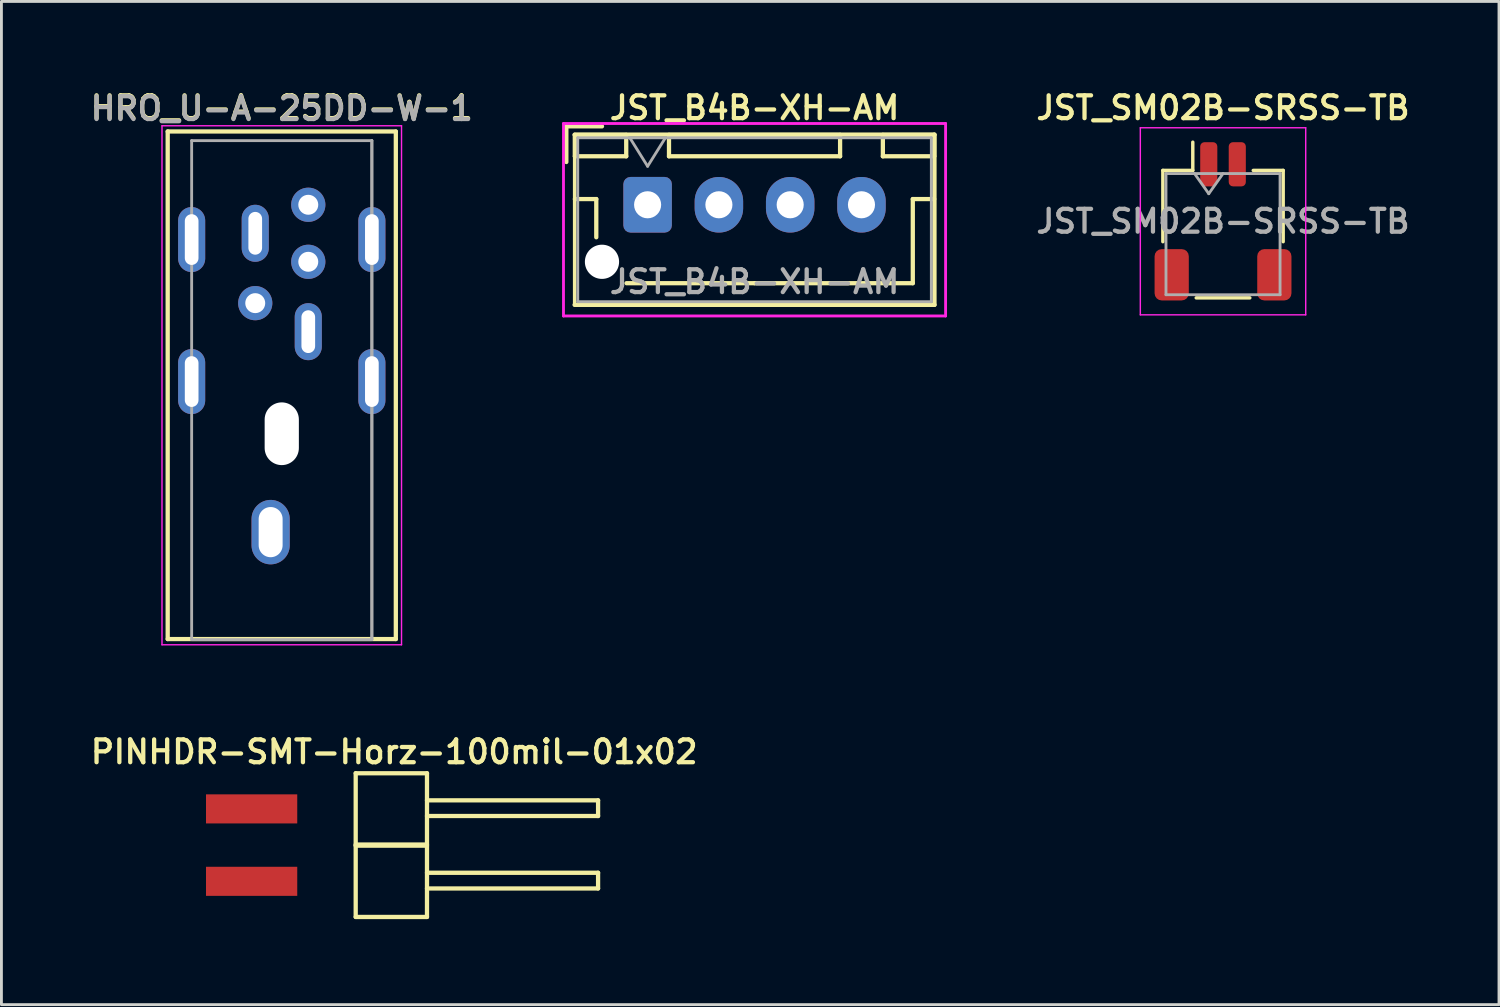
<source format=kicad_pcb>
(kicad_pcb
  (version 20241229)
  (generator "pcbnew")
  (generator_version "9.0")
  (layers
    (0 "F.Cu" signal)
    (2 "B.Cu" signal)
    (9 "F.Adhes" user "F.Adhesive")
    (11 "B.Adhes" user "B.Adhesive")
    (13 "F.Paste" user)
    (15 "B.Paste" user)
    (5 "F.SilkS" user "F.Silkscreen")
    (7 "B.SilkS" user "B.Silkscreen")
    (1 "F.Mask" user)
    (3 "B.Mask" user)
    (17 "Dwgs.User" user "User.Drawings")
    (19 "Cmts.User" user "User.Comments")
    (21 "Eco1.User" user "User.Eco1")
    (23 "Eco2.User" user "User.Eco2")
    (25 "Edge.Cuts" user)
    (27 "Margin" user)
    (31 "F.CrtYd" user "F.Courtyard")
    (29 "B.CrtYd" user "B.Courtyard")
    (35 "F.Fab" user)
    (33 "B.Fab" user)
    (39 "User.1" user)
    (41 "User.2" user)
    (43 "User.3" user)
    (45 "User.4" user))
  (footprint "PINHDR-SMT-Horz-100mil-01x02"
    (layer "F.Cu")
    (at 5.774 25.317)
    (property "Reference" "PINHDR-SMT-Horz-100mil-01x02" (at 5 -2 0) (layer "F.SilkS") (effects (font (size 0.8 0.8) (thickness 0.15))))
    (attr smd)
    (fp_line (start 3.65 -1.25) (end 3.65 1.25) (stroke (width 0.15) (type solid)) (layer "F.SilkS"))
    (fp_line (start 3.65 -1.25) (end 6.15 -1.25) (stroke (width 0.15) (type solid)) (layer "F.SilkS"))
    (fp_line (start 3.65 1.25) (end 6.15 1.25) (stroke (width 0.15) (type solid)) (layer "F.SilkS"))
    (fp_line (start 3.65 1.29) (end 3.65 3.79) (stroke (width 0.15) (type solid)) (layer "F.SilkS"))
    (fp_line (start 3.65 1.29) (end 6.15 1.29) (stroke (width 0.15) (type solid)) (layer "F.SilkS"))
    (fp_line (start 3.65 3.79) (end 6.15 3.79) (stroke (width 0.15) (type solid)) (layer "F.SilkS"))
    (fp_line (start 6.15 -0.3) (end 12.15 -0.3) (stroke (width 0.15) (type solid)) (layer "F.SilkS"))
    (fp_line (start 6.15 1.25) (end 6.15 -1.25) (stroke (width 0.15) (type solid)) (layer "F.SilkS"))
    (fp_line (start 6.15 2.24) (end 12.15 2.24) (stroke (width 0.15) (type solid)) (layer "F.SilkS"))
    (fp_line (start 6.15 3.79) (end 6.15 1.29) (stroke (width 0.15) (type solid)) (layer "F.SilkS"))
    (fp_line (start 12.15 -0.3) (end 12.15 0.25) (stroke (width 0.15) (type solid)) (layer "F.SilkS"))
    (fp_line (start 12.15 0.25) (end 6.15 0.25) (stroke (width 0.15) (type solid)) (layer "F.SilkS"))
    (fp_line (start 12.15 2.24) (end 12.15 2.79) (stroke (width 0.15) (type solid)) (layer "F.SilkS"))
    (fp_line (start 12.15 2.79) (end 6.15 2.79) (stroke (width 0.15) (type solid)) (layer "F.SilkS"))
    (pad "1" smd rect (at 0 0) (size 3.2 1.02) (layers "F.Cu" "F.Mask" "F.Paste"))
    (pad "2" smd rect (at 0 2.54) (size 3.2 1.02) (layers "F.Cu" "F.Mask" "F.Paste")))
  (footprint "JST_SM02B-SRSS-TB"
    (layer "F.Cu")
    (at 39.84 4.711)
    (property "Reference" "JST_SM02B-SRSS-TB" (at 0 -3.98 0) (layer "F.SilkS") (effects (font (size 0.8 0.8) (thickness 0.15))))
    (attr smd)
    (fp_line (start -2.11 -1.785) (end -1.06 -1.785) (stroke (width 0.12) (type solid)) (layer "F.SilkS"))
    (fp_line (start -2.11 0.715) (end -2.11 -1.785) (stroke (width 0.12) (type solid)) (layer "F.SilkS"))
    (fp_line (start -1.06 -1.785) (end -1.06 -2.775) (stroke (width 0.12) (type solid)) (layer "F.SilkS"))
    (fp_line (start -0.94 2.685) (end 0.94 2.685) (stroke (width 0.12) (type solid)) (layer "F.SilkS"))
    (fp_line (start 2.11 -1.785) (end 1.06 -1.785) (stroke (width 0.12) (type solid)) (layer "F.SilkS"))
    (fp_line (start 2.11 0.715) (end 2.11 -1.785) (stroke (width 0.12) (type solid)) (layer "F.SilkS"))
    (fp_line (start -2.9 -3.28) (end -2.9 3.28) (stroke (width 0.05) (type solid)) (layer "F.CrtYd"))
    (fp_line (start -2.9 3.28) (end 2.9 3.28) (stroke (width 0.05) (type solid)) (layer "F.CrtYd"))
    (fp_line (start 2.9 -3.28) (end -2.9 -3.28) (stroke (width 0.05) (type solid)) (layer "F.CrtYd"))
    (fp_line (start 2.9 3.28) (end 2.9 -3.28) (stroke (width 0.05) (type solid)) (layer "F.CrtYd"))
    (fp_line (start -2 -1.675) (end -2 2.575) (stroke (width 0.1) (type solid)) (layer "F.Fab"))
    (fp_line (start -2 -1.675) (end 2 -1.675) (stroke (width 0.1) (type solid)) (layer "F.Fab"))
    (fp_line (start -2 2.575) (end 2 2.575) (stroke (width 0.1) (type solid)) (layer "F.Fab"))
    (fp_line (start -1 -1.675) (end -0.5 -0.968) (stroke (width 0.1) (type solid)) (layer "F.Fab"))
    (fp_line (start -0.5 -0.968) (end 0 -1.675) (stroke (width 0.1) (type solid)) (layer "F.Fab"))
    (fp_line (start 2 -1.675) (end 2 2.575) (stroke (width 0.1) (type solid)) (layer "F.Fab"))
    (fp_text user "${REFERENCE}" (at 0 0 0) (layer "F.Fab") (effects (font (size 0.8 0.8) (thickness 0.15))))
    (pad "1" smd roundrect (at -0.5 -2) (size 0.6 1.55) (layers "F.Cu" "F.Mask" "F.Paste") (roundrect_rratio 0.25))
    (pad "2" smd roundrect (at 0.5 -2) (size 0.6 1.55) (layers "F.Cu" "F.Mask" "F.Paste") (roundrect_rratio 0.25))
    (pad "MP" smd roundrect (at -1.8 1.875) (size 1.2 1.8) (layers "F.Cu" "F.Mask" "F.Paste") (roundrect_rratio 0.208))
    (pad "MP" smd roundrect (at 1.8 1.875) (size 1.2 1.8) (layers "F.Cu" "F.Mask" "F.Paste") (roundrect_rratio 0.208)))
  (footprint "JST_B4B-XH-AM"
    (layer "F.Cu")
    (at 19.661 4.131)
    (property "Reference" "JST_B4B-XH-AM" (at 3.75 -3.4 0) (layer "F.SilkS") (effects (font (size 0.8 0.8) (thickness 0.15))))
    (attr through_hole)
    (fp_line (start -2.85 -2.75) (end -2.85 -1.5) (stroke (width 0.15) (type solid)) (layer "F.SilkS"))
    (fp_line (start -2.56 -2.46) (end -2.56 3.51) (stroke (width 0.12) (type solid)) (layer "F.SilkS"))
    (fp_line (start -2.56 3.51) (end 10.06 3.51) (stroke (width 0.15) (type solid)) (layer "F.SilkS"))
    (fp_line (start -2.55 -2.45) (end -2.55 -1.7) (stroke (width 0.15) (type solid)) (layer "F.SilkS"))
    (fp_line (start -2.55 -1.7) (end -0.75 -1.7) (stroke (width 0.15) (type solid)) (layer "F.SilkS"))
    (fp_line (start -2.55 -0.2) (end -1.8 -0.2) (stroke (width 0.15) (type solid)) (layer "F.SilkS"))
    (fp_line (start -1.8 -0.2) (end -1.8 1.14) (stroke (width 0.15) (type solid)) (layer "F.SilkS"))
    (fp_line (start -1.6 -2.75) (end -2.85 -2.75) (stroke (width 0.15) (type solid)) (layer "F.SilkS"))
    (fp_line (start -0.75 -2.45) (end -2.55 -2.45) (stroke (width 0.15) (type solid)) (layer "F.SilkS"))
    (fp_line (start -0.75 -1.7) (end -0.75 -2.45) (stroke (width 0.15) (type solid)) (layer "F.SilkS"))
    (fp_line (start 0.75 -2.45) (end 0.75 -1.7) (stroke (width 0.15) (type solid)) (layer "F.SilkS"))
    (fp_line (start 0.75 -1.7) (end 6.75 -1.7) (stroke (width 0.15) (type solid)) (layer "F.SilkS"))
    (fp_line (start 3.75 2.75) (end -0.74 2.75) (stroke (width 0.15) (type solid)) (layer "F.SilkS"))
    (fp_line (start 6.75 -2.45) (end 0.75 -2.45) (stroke (width 0.15) (type solid)) (layer "F.SilkS"))
    (fp_line (start 6.75 -1.7) (end 6.75 -2.45) (stroke (width 0.15) (type solid)) (layer "F.SilkS"))
    (fp_line (start 8.25 -2.45) (end 8.25 -1.7) (stroke (width 0.15) (type solid)) (layer "F.SilkS"))
    (fp_line (start 8.25 -1.7) (end 10.05 -1.7) (stroke (width 0.15) (type solid)) (layer "F.SilkS"))
    (fp_line (start 9.3 -0.2) (end 9.3 2.75) (stroke (width 0.15) (type solid)) (layer "F.SilkS"))
    (fp_line (start 9.3 2.75) (end 3.75 2.75) (stroke (width 0.15) (type solid)) (layer "F.SilkS"))
    (fp_line (start 10.05 -2.45) (end 8.25 -2.45) (stroke (width 0.15) (type solid)) (layer "F.SilkS"))
    (fp_line (start 10.05 -1.7) (end 10.05 -2.45) (stroke (width 0.15) (type solid)) (layer "F.SilkS"))
    (fp_line (start 10.05 -0.2) (end 9.3 -0.2) (stroke (width 0.15) (type solid)) (layer "F.SilkS"))
    (fp_line (start 10.06 -2.46) (end -2.56 -2.46) (stroke (width 0.15) (type solid)) (layer "F.SilkS"))
    (fp_line (start 10.06 3.51) (end 10.06 -2.46) (stroke (width 0.15) (type solid)) (layer "F.SilkS"))
    (fp_line (start -2.95 -2.85) (end -2.95 3.9) (stroke (width 0.1) (type solid)) (layer "F.CrtYd"))
    (fp_line (start -2.95 3.9) (end 10.45 3.9) (stroke (width 0.1) (type solid)) (layer "F.CrtYd"))
    (fp_line (start 10.45 -2.85) (end -2.95 -2.85) (stroke (width 0.1) (type solid)) (layer "F.CrtYd"))
    (fp_line (start 10.45 3.9) (end 10.45 -2.85) (stroke (width 0.1) (type solid)) (layer "F.CrtYd"))
    (fp_line (start -2.45 -2.35) (end -2.45 3.4) (stroke (width 0.1) (type solid)) (layer "F.Fab"))
    (fp_line (start -2.45 3.4) (end 9.95 3.4) (stroke (width 0.1) (type solid)) (layer "F.Fab"))
    (fp_line (start -0.625 -2.35) (end 0 -1.35) (stroke (width 0.1) (type solid)) (layer "F.Fab"))
    (fp_line (start 0 -1.35) (end 0.625 -2.35) (stroke (width 0.1) (type solid)) (layer "F.Fab"))
    (fp_line (start 9.95 -2.35) (end -2.45 -2.35) (stroke (width 0.1) (type solid)) (layer "F.Fab"))
    (fp_line (start 9.95 3.4) (end 9.95 -2.35) (stroke (width 0.1) (type solid)) (layer "F.Fab"))
    (fp_text user "${REFERENCE}" (at 3.75 2.7 0) (layer "F.Fab") (effects (font (size 0.8 0.8) (thickness 0.15))))
    (pad "" np_thru_hole circle (at -1.6 2) (size 1.2 1.2) (drill 1.2) (layers "*.Cu" "*.Mask"))
    (pad "1" thru_hole roundrect (at 0 0) (size 1.7 1.95) (drill 0.95) (layers "*.Cu" "*.Mask") (roundrect_rratio 0.147))
    (pad "2" thru_hole oval (at 2.5 0) (size 1.7 1.95) (drill 0.95) (layers "*.Cu" "*.Mask"))
    (pad "3" thru_hole oval (at 5 0) (size 1.7 1.95) (drill 0.95) (layers "*.Cu" "*.Mask"))
    (pad "4" thru_hole oval (at 7.5 0) (size 1.7 1.95) (drill 0.95) (layers "*.Cu" "*.Mask")))
  (footprint "HRO_U-A-25DD-W-1"
    (layer "F.Cu")
    (at 6.831 12.161)
    (property "Reference" "HRO_U-A-25DD-W-1" (at 0 -11.43 0) (layer "F.SilkS") (effects (font (size 0.8 0.8) (thickness 0.15))))
    (attr through_hole)
    (fp_line (start -4 -10.6) (end -4 7.2) (stroke (width 0.15) (type solid)) (layer "F.SilkS"))
    (fp_line (start -4 7.2) (end 4 7.2) (stroke (width 0.15) (type solid)) (layer "F.SilkS"))
    (fp_line (start 4 -10.6) (end -4 -10.6) (stroke (width 0.15) (type solid)) (layer "F.SilkS"))
    (fp_line (start 4 7.2) (end 4 -10.6) (stroke (width 0.15) (type solid)) (layer "F.SilkS"))
    (fp_line (start -4.2 -10.8) (end 4.2 -10.8) (stroke (width 0.05) (type solid)) (layer "F.CrtYd"))
    (fp_line (start -4.2 7.4) (end -4.2 -10.8) (stroke (width 0.05) (type solid)) (layer "F.CrtYd"))
    (fp_line (start 4.2 -10.8) (end 4.2 7.4) (stroke (width 0.05) (type solid)) (layer "F.CrtYd"))
    (fp_line (start 4.2 7.4) (end -4.2 7.4) (stroke (width 0.05) (type solid)) (layer "F.CrtYd"))
    (fp_line (start -3.16 -10.28) (end -3.16 7.22) (stroke (width 0.1) (type solid)) (layer "F.Fab"))
    (fp_line (start -3.16 -10.28) (end 3.16 -10.28) (stroke (width 0.1) (type solid)) (layer "F.Fab"))
    (fp_line (start -3.16 7.22) (end 3.16 7.22) (stroke (width 0.1) (type solid)) (layer "F.Fab"))
    (fp_line (start 3.16 -10.28) (end 3.16 7.22) (stroke (width 0.1) (type solid)) (layer "F.Fab"))
    (fp_line (start 3.16 7.22) (end 3.16 -10.28) (stroke (width 0.1) (type solid)) (layer "F.Fab"))
    (fp_text user "${REFERENCE}" (at 0 -11.4 0) (layer "F.Fab") (effects (font (size 0.8 0.8) (thickness 0.15))))
    (pad "" np_thru_hole oval (at 0 0) (size 1.2 2.2) (drill oval 1.2 2.2) (layers "*.Cu" "*.Mask"))
    (pad "1" thru_hole oval (at -0.93 -7.03) (size 0.95 2) (drill oval 0.48 1.5) (layers "*.Cu" "*.Mask"))
    (pad "2" thru_hole oval (at -0.93 -4.58) (size 1.2 1.2) (drill 0.7) (layers "*.Cu" "*.Mask"))
    (pad "3" thru_hole oval (at 0.93 -6.03) (size 1.2 1.2) (drill 0.7) (layers "*.Cu" "*.Mask"))
    (pad "4" thru_hole oval (at 0.93 -3.58) (size 0.95 2) (drill oval 0.48 1.5) (layers "*.Cu" "*.Mask"))
    (pad "5" thru_hole oval (at 0.93 -8.03) (size 1.2 1.2) (drill 0.7) (layers "*.Cu" "*.Mask"))
    (pad "S" thru_hole oval (at -3.16 -6.81) (size 0.95 2.28) (drill oval 0.48 1.78) (layers "*.Cu" "*.Mask"))
    (pad "S" thru_hole oval (at -3.16 -1.83) (size 0.95 2.28) (drill oval 0.48 1.78) (layers "*.Cu" "*.Mask"))
    (pad "S" thru_hole oval (at -0.39 3.45) (size 1.34 2.26) (drill oval 0.84 1.76) (layers "*.Cu" "*.Mask"))
    (pad "S" thru_hole oval (at 3.16 -6.81) (size 0.95 2.28) (drill oval 0.48 1.78) (layers "*.Cu" "*.Mask"))
    (pad "S" thru_hole oval (at 3.16 -1.83) (size 0.95 2.28) (drill oval 0.48 1.78) (layers "*.Cu" "*.Mask")))
  (gr_rect
    (start -3 -3)
    (end 49.518 32.182)
    (stroke (width 0.1) (type default))
    (fill no)
    (layer "Edge.Cuts")))
</source>
